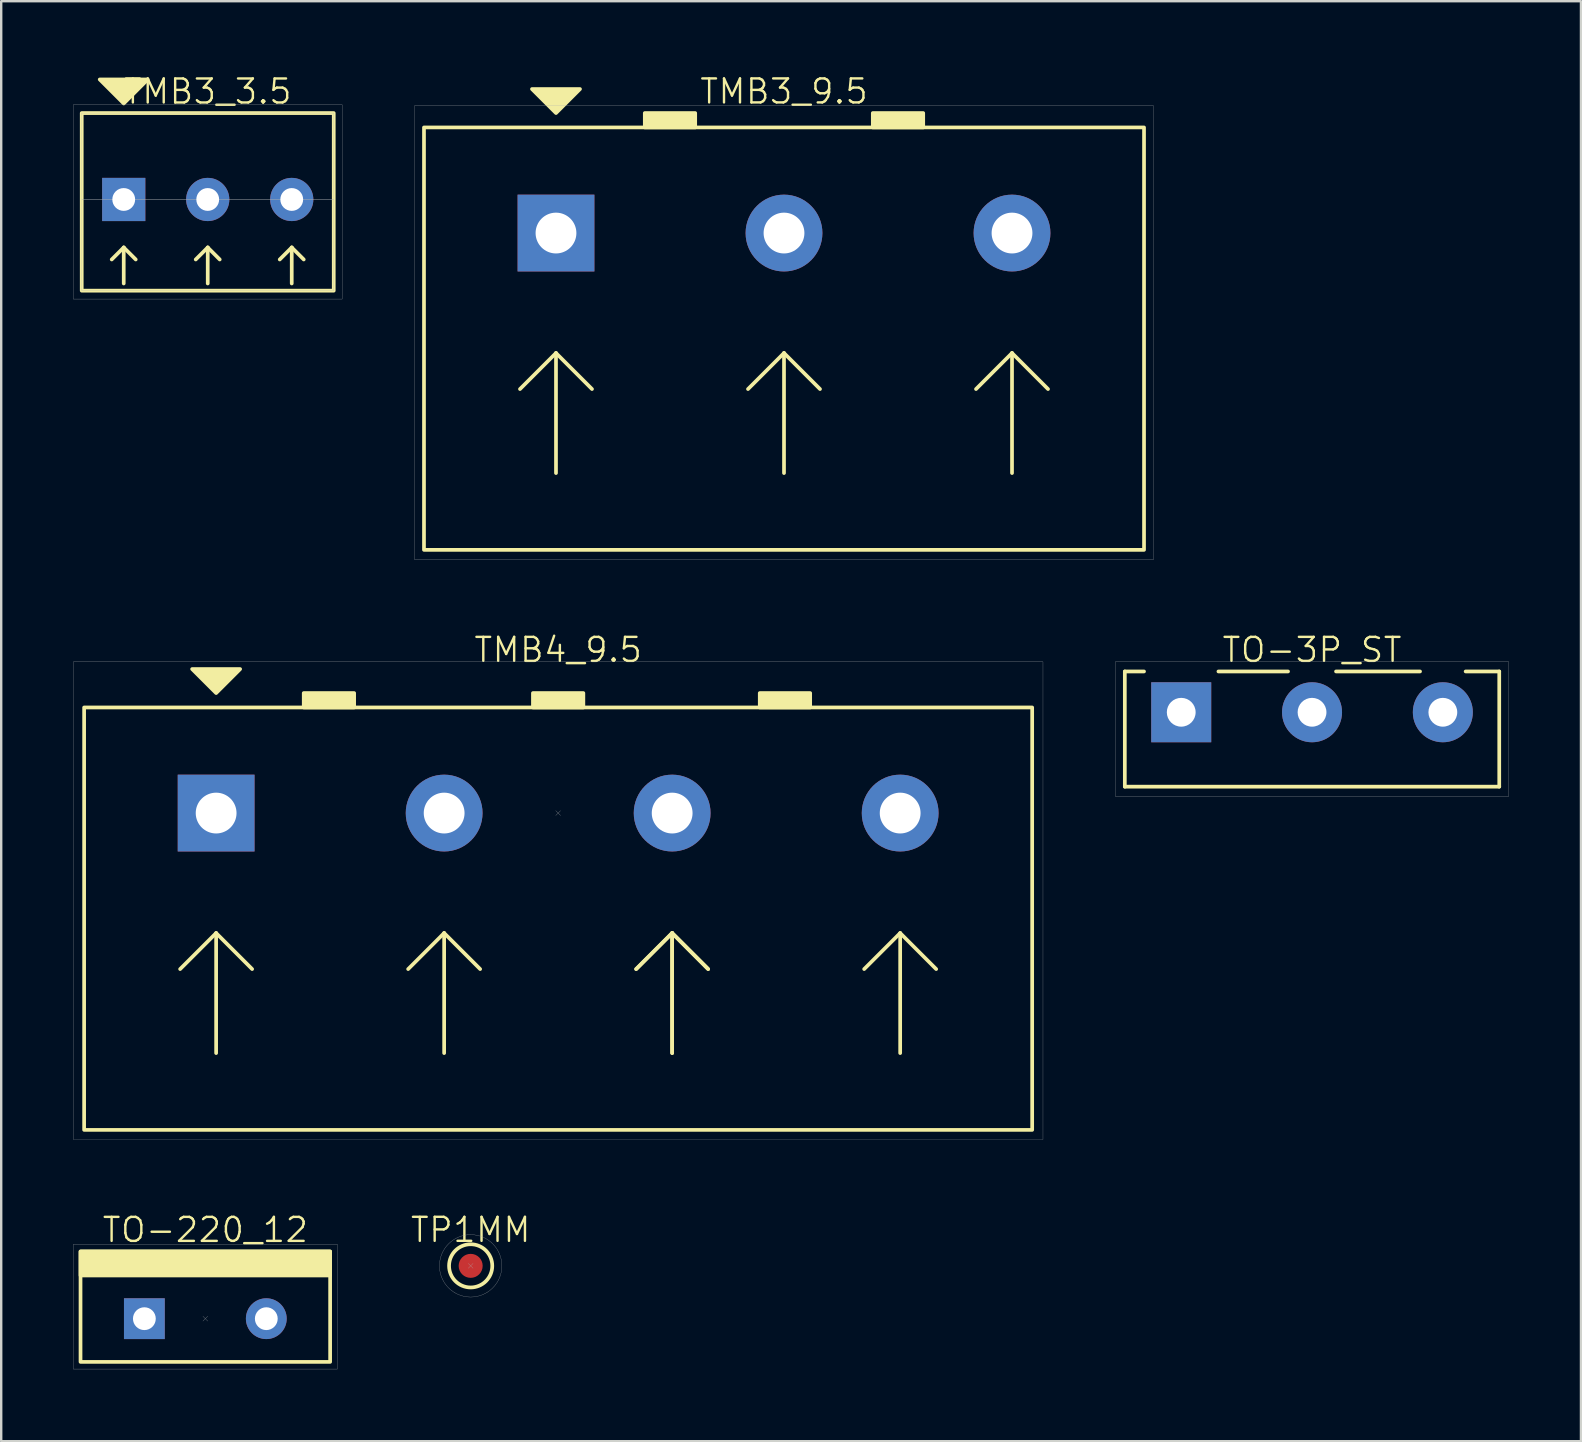
<source format=kicad_pcb>
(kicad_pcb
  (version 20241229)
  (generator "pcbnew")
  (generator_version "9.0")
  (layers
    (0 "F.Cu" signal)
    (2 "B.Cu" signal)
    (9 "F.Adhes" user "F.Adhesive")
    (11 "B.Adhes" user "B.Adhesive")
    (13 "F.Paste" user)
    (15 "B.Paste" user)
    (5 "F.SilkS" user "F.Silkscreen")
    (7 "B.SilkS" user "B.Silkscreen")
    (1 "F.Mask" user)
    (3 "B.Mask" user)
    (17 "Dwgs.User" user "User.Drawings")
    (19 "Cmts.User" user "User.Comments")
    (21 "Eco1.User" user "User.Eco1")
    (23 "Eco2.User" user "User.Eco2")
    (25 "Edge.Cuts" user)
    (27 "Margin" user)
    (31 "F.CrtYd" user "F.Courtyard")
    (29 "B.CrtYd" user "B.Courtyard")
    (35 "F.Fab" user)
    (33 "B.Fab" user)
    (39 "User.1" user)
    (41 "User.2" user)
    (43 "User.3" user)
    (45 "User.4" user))
  (footprint "TMB4_9.5"
    (layer "F.Cu")
    (at 20.205 30.826)
    (property "Reference" "TMB4_9.5" (at 0 -6.8 0) (unlocked yes) (layer "F.SilkS") (effects (font (size 1 1) (thickness 0.1))))
    (attr through_hole)
    (fp_line (start -15.75 6.5) (end -14.25 5) (stroke (width 0.154) (type default)) (layer "F.SilkS"))
    (fp_line (start -14.25 5) (end -14.25 10) (stroke (width 0.154) (type default)) (layer "F.SilkS"))
    (fp_line (start -14.25 5) (end -12.75 6.5) (stroke (width 0.154) (type default)) (layer "F.SilkS"))
    (fp_line (start -6.25 6.5) (end -4.75 5) (stroke (width 0.154) (type default)) (layer "F.SilkS"))
    (fp_line (start -4.75 5) (end -4.75 10) (stroke (width 0.154) (type default)) (layer "F.SilkS"))
    (fp_line (start -4.75 5) (end -3.25 6.5) (stroke (width 0.154) (type default)) (layer "F.SilkS"))
    (fp_line (start 3.25 6.5) (end 4.75 5) (stroke (width 0.154) (type default)) (layer "F.SilkS"))
    (fp_line (start 3.25 6.5) (end 4.75 5) (stroke (width 0.154) (type default)) (layer "F.SilkS"))
    (fp_line (start 4.75 5) (end 4.75 10) (stroke (width 0.154) (type default)) (layer "F.SilkS"))
    (fp_line (start 4.75 5) (end 4.75 10) (stroke (width 0.154) (type default)) (layer "F.SilkS"))
    (fp_line (start 4.75 5) (end 6.25 6.5) (stroke (width 0.154) (type default)) (layer "F.SilkS"))
    (fp_line (start 4.75 5) (end 6.25 6.5) (stroke (width 0.154) (type default)) (layer "F.SilkS"))
    (fp_line (start 12.75 6.5) (end 14.25 5) (stroke (width 0.154) (type default)) (layer "F.SilkS"))
    (fp_line (start 14.25 5) (end 14.25 10) (stroke (width 0.154) (type default)) (layer "F.SilkS"))
    (fp_line (start 14.25 5) (end 15.75 6.5) (stroke (width 0.154) (type default)) (layer "F.SilkS"))
    (fp_rect (start -19.75 -4.4) (end 19.75 13.2) (stroke (width 0.154) (type default)) (fill no) (layer "F.SilkS"))
    (fp_rect (start -10.6 -5) (end -8.5 -4.4) (stroke (width 0.154) (type solid)) (fill yes) (layer "F.SilkS"))
    (fp_rect (start -1.05 -5) (end 1.05 -4.4) (stroke (width 0.154) (type solid)) (fill yes) (layer "F.SilkS"))
    (fp_rect (start 8.4 -5) (end 10.5 -4.4) (stroke (width 0.154) (type solid)) (fill yes) (layer "F.SilkS"))
    (fp_poly (pts (xy -14.25 -5) (xy -15.25 -6) (xy -13.25 -6)) (stroke (width 0.154) (type solid)) (fill yes) (layer "F.SilkS"))
    (fp_line (start -0.1 -0.1) (end 0.1 0.1) (stroke (width 0.01) (type default)) (layer "F.Fab"))
    (fp_line (start 0.1 -0.1) (end -0.1 0.1) (stroke (width 0.01) (type default)) (layer "F.Fab"))
    (fp_rect (start -20.2 -6.3) (end 20.2 13.6) (stroke (width 0.01) (type default)) (fill no) (layer "F.Fab"))
    (pad "1" thru_hole rect (at -14.25 0) (size 3.2 3.2) (drill 1.7) (layers "*.Cu" "*.Mask"))
    (pad "2" thru_hole circle (at -4.75 0) (size 3.2 3.2) (drill 1.7) (layers "*.Cu" "*.Mask"))
    (pad "3" thru_hole circle (at 4.75 0) (size 3.2 3.2) (drill 1.7) (layers "*.Cu" "*.Mask"))
    (pad "4" thru_hole circle (at 14.25 0) (size 3.2 3.2) (drill 1.7) (layers "*.Cu" "*.Mask")))
  (footprint "TMB3_3.5"
    (layer "F.Cu")
    (at 5.605 5.261)
    (property "Reference" "TMB3_3.5" (at 0 -4.5 0) (unlocked yes) (layer "F.SilkS") (effects (font (size 1 1) (thickness 0.1))))
    (attr through_hole)
    (fp_line (start -4 2.5) (end -3.5 2) (stroke (width 0.154) (type default)) (layer "F.SilkS"))
    (fp_line (start -3.5 2) (end -3.5 3.5) (stroke (width 0.154) (type default)) (layer "F.SilkS"))
    (fp_line (start -3.5 2) (end -3 2.5) (stroke (width 0.154) (type default)) (layer "F.SilkS"))
    (fp_line (start -0.5 2.5) (end 0 2) (stroke (width 0.154) (type default)) (layer "F.SilkS"))
    (fp_line (start 0 2) (end 0 3.5) (stroke (width 0.154) (type default)) (layer "F.SilkS"))
    (fp_line (start 0 2) (end 0.5 2.5) (stroke (width 0.154) (type default)) (layer "F.SilkS"))
    (fp_line (start 3 2.5) (end 3.5 2) (stroke (width 0.154) (type default)) (layer "F.SilkS"))
    (fp_line (start 3.5 2) (end 3.5 3.5) (stroke (width 0.154) (type default)) (layer "F.SilkS"))
    (fp_line (start 3.5 2) (end 4 2.5) (stroke (width 0.154) (type default)) (layer "F.SilkS"))
    (fp_rect (start -5.25 -3.6) (end 5.25 3.8) (stroke (width 0.154) (type default)) (fill no) (layer "F.SilkS"))
    (fp_poly (pts (xy -3.5 -4) (xy -4.5 -5) (xy -2.5 -5)) (stroke (width 0.154) (type solid)) (fill yes) (layer "F.SilkS"))
    (fp_rect (start -5.6 -3.95) (end 5.6 4.15) (stroke (width 0.01) (type default)) (fill no) (layer "F.Fab"))
    (fp_rect (start -5.25 0) (end 5.25 -3.6) (stroke (width 0.01) (type default)) (fill no) (layer "F.Fab"))
    (fp_rect (start -5.25 3.8) (end 5.25 0) (stroke (width 0.01) (type default)) (fill no) (layer "F.Fab"))
    (pad "1" thru_hole rect (at -3.5 0) (size 1.8 1.8) (drill 0.95) (layers "*.Cu" "*.Mask"))
    (pad "2" thru_hole circle (at 0 0) (size 1.8 1.8) (drill 0.95) (layers "*.Cu" "*.Mask"))
    (pad "3" thru_hole circle (at 3.5 0) (size 1.8 1.8) (drill 0.95) (layers "*.Cu" "*.Mask")))
  (footprint "TP1MM"
    (layer "F.Cu")
    (at 16.56 49.691)
    (property "Reference" "TP1MM" (at 0 -1.5 0) (unlocked yes) (layer "F.SilkS") (effects (font (size 1 1) (thickness 0.1))))
    (attr smd)
    (fp_circle (center 0 0) (end 0.9 0) (stroke (width 0.154) (type default)) (fill no) (layer "F.SilkS"))
    (fp_line (start 0.1 -0.1) (end -0.1 0.1) (stroke (width 0.01) (type default)) (layer "F.Fab"))
    (fp_line (start 0.1 0.1) (end -0.1 -0.1) (stroke (width 0.01) (type default)) (layer "F.Fab"))
    (fp_circle (center 0 0) (end 1.3 0) (stroke (width 0.01) (type default)) (fill no) (layer "F.Fab"))
    (pad "1" smd circle (at 0 0) (size 1 1) (layers "F.Cu" "F.Mask" "F.Paste")))
  (footprint "TO-220_12"
    (layer "F.Cu")
    (at 5.505 51.892)
    (property "Reference" "TO-220_12" (at 0 -3.7 0) (unlocked yes) (layer "F.SilkS") (effects (font (size 1 1) (thickness 0.1))))
    (attr smd)
    (fp_rect (start -5.2 -2.8) (end 5.2 -1.8) (stroke (width 0.154) (type solid)) (fill yes) (layer "F.SilkS"))
    (fp_rect (start -5.2 -2.8) (end 5.2 1.8) (stroke (width 0.154) (type default)) (fill no) (layer "F.SilkS"))
    (fp_line (start -0.1 -0.1) (end 0.1 0.1) (stroke (width 0.01) (type default)) (layer "F.Fab"))
    (fp_line (start 0.1 -0.1) (end -0.1 0.1) (stroke (width 0.01) (type default)) (layer "F.Fab"))
    (fp_rect (start -5.5 -3.1) (end 5.5 2.1) (stroke (width 0.01) (type default)) (fill no) (layer "F.Fab"))
    (pad "1" thru_hole rect (at -2.54 0) (size 1.7 1.7) (drill 0.95) (layers "*.Cu" "*.Mask"))
    (pad "2" thru_hole circle (at 2.54 0) (size 1.7 1.7) (drill 0.95) (layers "*.Cu" "*.Mask")))
  (footprint "TO-3P_ST"
    (layer "F.Cu")
    (at 51.615 26.626)
    (property "Reference" "TO-3P_ST" (at 0 -2.6 0) (unlocked yes) (layer "F.SilkS") (effects (font (size 1 1) (thickness 0.1))))
    (attr through_hole)
    (fp_line (start -7.8 -1.7) (end -7.8 3.1) (stroke (width 0.154) (type default)) (layer "F.SilkS"))
    (fp_line (start -7.8 3.1) (end 7.8 3.1) (stroke (width 0.154) (type default)) (layer "F.SilkS"))
    (fp_line (start -7 -1.7) (end -7.8 -1.7) (stroke (width 0.154) (type default)) (layer "F.SilkS"))
    (fp_line (start -1 -1.7) (end -3.9 -1.7) (stroke (width 0.154) (type default)) (layer "F.SilkS"))
    (fp_line (start 4.5 -1.7) (end 1 -1.7) (stroke (width 0.154) (type default)) (layer "F.SilkS"))
    (fp_line (start 7.8 -1.7) (end 6.4 -1.7) (stroke (width 0.154) (type default)) (layer "F.SilkS"))
    (fp_line (start 7.8 3.1) (end 7.8 -1.7) (stroke (width 0.154) (type default)) (layer "F.SilkS"))
    (fp_rect (start -8.2 -2.1) (end 8.2 3.5) (stroke (width 0.01) (type default)) (fill no) (layer "F.Fab"))
    (pad "1" thru_hole rect (at -5.45 0) (size 2.5 2.5) (drill 1.2) (layers "*.Cu" "*.Mask"))
    (pad "2" thru_hole circle (at 0 0) (size 2.5 2.5) (drill 1.2) (layers "*.Cu" "*.Mask"))
    (pad "3" thru_hole circle (at 5.45 0) (size 2.5 2.5) (drill 1.2) (layers "*.Cu" "*.Mask")))
  (footprint "TMB3_9.5"
    (layer "F.Cu")
    (at 29.615 6.66)
    (property "Reference" "TMB3_9.5" (at 0 -5.9 0) (unlocked yes) (layer "F.SilkS") (effects (font (size 1 1) (thickness 0.1))))
    (attr through_hole)
    (fp_line (start -11 6.5) (end -9.5 5) (stroke (width 0.154) (type default)) (layer "F.SilkS"))
    (fp_line (start -9.5 5) (end -9.5 10) (stroke (width 0.154) (type default)) (layer "F.SilkS"))
    (fp_line (start -9.5 5) (end -8 6.5) (stroke (width 0.154) (type default)) (layer "F.SilkS"))
    (fp_line (start -1.5 6.5) (end 0 5) (stroke (width 0.154) (type default)) (layer "F.SilkS"))
    (fp_line (start 0 5) (end 0 10) (stroke (width 0.154) (type default)) (layer "F.SilkS"))
    (fp_line (start 0 5) (end 1.5 6.5) (stroke (width 0.154) (type default)) (layer "F.SilkS"))
    (fp_line (start 8 6.5) (end 9.5 5) (stroke (width 0.154) (type default)) (layer "F.SilkS"))
    (fp_line (start 9.5 5) (end 9.5 10) (stroke (width 0.154) (type default)) (layer "F.SilkS"))
    (fp_line (start 9.5 5) (end 11 6.5) (stroke (width 0.154) (type default)) (layer "F.SilkS"))
    (fp_rect (start -15 -4.4) (end 15 13.2) (stroke (width 0.154) (type default)) (fill no) (layer "F.SilkS"))
    (fp_rect (start -5.8 -5) (end -3.7 -4.4) (stroke (width 0.154) (type solid)) (fill yes) (layer "F.SilkS"))
    (fp_rect (start 3.7 -5) (end 5.8 -4.4) (stroke (width 0.154) (type solid)) (fill yes) (layer "F.SilkS"))
    (fp_poly (pts (xy -9.5 -5) (xy -10.5 -6) (xy -8.5 -6)) (stroke (width 0.154) (type solid)) (fill yes) (layer "F.SilkS"))
    (fp_rect (start -15.4 -5.3) (end 15.4 13.6) (stroke (width 0.01) (type default)) (fill no) (layer "F.Fab"))
    (pad "1" thru_hole rect (at -9.5 0) (size 3.2 3.2) (drill 1.7) (layers "*.Cu" "*.Mask"))
    (pad "2" thru_hole circle (at 0 0) (size 3.2 3.2) (drill 1.7) (layers "*.Cu" "*.Mask"))
    (pad "3" thru_hole circle (at 9.5 0) (size 3.2 3.2) (drill 1.7) (layers "*.Cu" "*.Mask")))
  (gr_rect
    (start -3 -3)
    (end 62.82 56.996)
    (stroke (width 0.1) (type default))
    (fill no)
    (layer "Edge.Cuts")))
</source>
